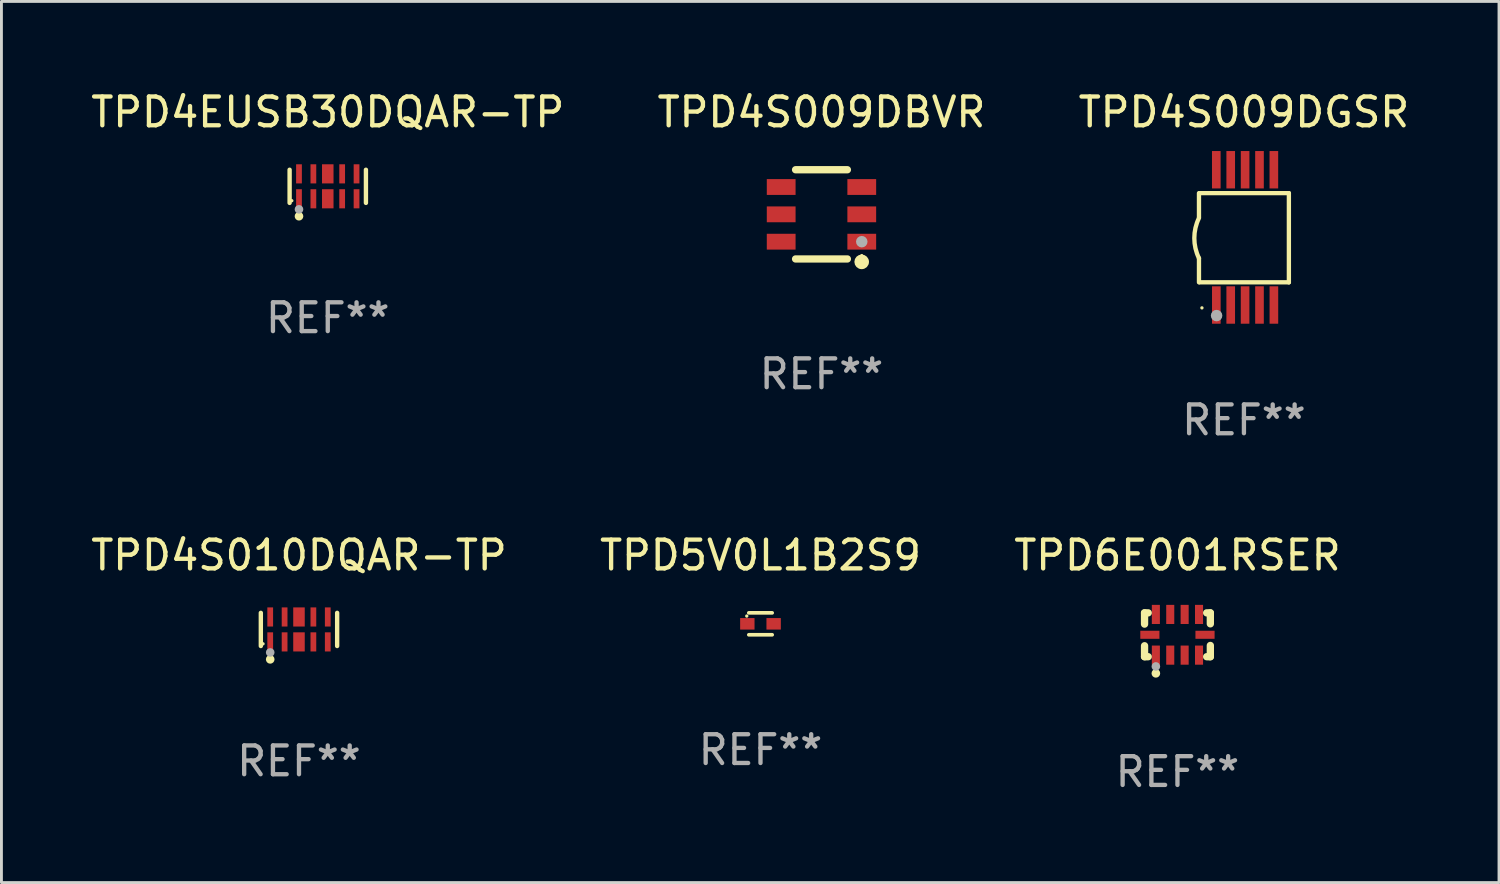
<source format=kicad_pcb>
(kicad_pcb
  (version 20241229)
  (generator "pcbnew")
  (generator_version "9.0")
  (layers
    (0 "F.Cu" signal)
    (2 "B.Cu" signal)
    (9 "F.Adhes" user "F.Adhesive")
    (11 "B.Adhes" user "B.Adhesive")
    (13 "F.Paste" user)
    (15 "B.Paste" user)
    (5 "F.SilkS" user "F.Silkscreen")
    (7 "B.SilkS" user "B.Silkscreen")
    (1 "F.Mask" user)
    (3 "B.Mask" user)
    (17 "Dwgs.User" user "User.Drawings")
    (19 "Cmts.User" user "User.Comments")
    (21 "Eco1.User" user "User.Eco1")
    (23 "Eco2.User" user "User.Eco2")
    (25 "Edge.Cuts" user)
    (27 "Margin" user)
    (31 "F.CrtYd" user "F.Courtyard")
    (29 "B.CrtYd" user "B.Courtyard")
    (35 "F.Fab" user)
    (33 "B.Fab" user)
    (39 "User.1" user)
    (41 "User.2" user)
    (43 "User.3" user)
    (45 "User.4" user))
  (footprint "TPD6E001RSER"
    (layer "F.Cu")
    (at 37.863 19.007)
    (property "Reference" "TPD6E001RSER" (at 0 -2.762 0) (layer "F.SilkS") (effects (font (size 1 1) (thickness 0.15))))
    (attr through_hole)
    (fp_line (start -1.143 -0.762) (end -1.143 -0.371) (stroke (width 0.254) (type solid)) (layer "F.SilkS"))
    (fp_line (start -1.143 -0.762) (end -1.016 -0.762) (stroke (width 0.254) (type solid)) (layer "F.SilkS"))
    (fp_line (start -1.143 0.762) (end -1.143 0.381) (stroke (width 0.254) (type solid)) (layer "F.SilkS"))
    (fp_line (start -1.143 0.762) (end -1.016 0.762) (stroke (width 0.254) (type solid)) (layer "F.SilkS"))
    (fp_line (start 1.143 -0.762) (end 1.016 -0.762) (stroke (width 0.254) (type solid)) (layer "F.SilkS"))
    (fp_line (start 1.143 -0.762) (end 1.143 -0.381) (stroke (width 0.254) (type solid)) (layer "F.SilkS"))
    (fp_line (start 1.143 0.762) (end 1.016 0.762) (stroke (width 0.254) (type solid)) (layer "F.SilkS"))
    (fp_line (start 1.143 0.762) (end 1.143 0.371) (stroke (width 0.254) (type solid)) (layer "F.SilkS"))
    (fp_circle (center -1.05 0.8) (end -1.02 0.8) (stroke (width 0.06) (type solid)) (fill no) (layer "F.SilkS"))
    (fp_circle (center -0.75 1.34) (end -0.675 1.34) (stroke (width 0.15) (type solid)) (fill no) (layer "F.SilkS"))
    (fp_circle (center -0.75 1.1) (end -0.675 1.1) (stroke (width 0.15) (type solid)) (fill no) (layer "F.Fab"))
    (fp_text user "REF**" (at 0 4.762 0) (layer "F.Fab") (effects (font (size 1 1) (thickness 0.15))))
    (pad "1" smd rect (at -0.75 0.707) (size 0.28 0.665) (layers "F.Cu" "F.Mask" "F.Paste"))
    (pad "2" smd rect (at -0.25 0.707) (size 0.28 0.665) (layers "F.Cu" "F.Mask" "F.Paste"))
    (pad "3" smd rect (at 0.25 0.707) (size 0.28 0.665) (layers "F.Cu" "F.Mask" "F.Paste"))
    (pad "4" smd rect (at 0.75 0.707) (size 0.28 0.665) (layers "F.Cu" "F.Mask" "F.Paste"))
    (pad "5" smd rect (at 0.958 -0.000013) (size 0.665 0.28) (layers "F.Cu" "F.Mask" "F.Paste"))
    (pad "6" smd rect (at 0.75 -0.707) (size 0.28 0.665) (layers "F.Cu" "F.Mask" "F.Paste"))
    (pad "7" smd rect (at 0.25 -0.707) (size 0.28 0.665) (layers "F.Cu" "F.Mask" "F.Paste"))
    (pad "8" smd rect (at -0.25 -0.707) (size 0.28 0.665) (layers "F.Cu" "F.Mask" "F.Paste"))
    (pad "9" smd rect (at -0.75 -0.707) (size 0.28 0.665) (layers "F.Cu" "F.Mask" "F.Paste"))
    (pad "10" smd rect (at -0.958 -0.000013) (size 0.665 0.28) (layers "F.Cu" "F.Mask" "F.Paste")))
  (footprint "TPD4S010DQAR-TP"
    (layer "F.Cu")
    (at 7.339 18.821)
    (property "Reference" "TPD4S010DQAR-TP" (at 0 -2.576 0) (layer "F.SilkS") (effects (font (size 1 1) (thickness 0.15))))
    (attr through_hole)
    (fp_line (start -1.326 0.576) (end -1.326 -0.576) (stroke (width 0.152) (type solid)) (layer "F.SilkS"))
    (fp_line (start 1.326 0.576) (end 1.326 -0.576) (stroke (width 0.152) (type solid)) (layer "F.SilkS"))
    (fp_circle (center -1.25 0.5) (end -1.22 0.5) (stroke (width 0.06) (type solid)) (fill no) (layer "F.SilkS"))
    (fp_circle (center -1 1.04) (end -0.925 1.04) (stroke (width 0.15) (type solid)) (fill no) (layer "F.SilkS"))
    (fp_circle (center -1 0.8) (end -0.925 0.8) (stroke (width 0.15) (type solid)) (fill no) (layer "F.Fab"))
    (fp_text user "REF**" (at 0 4.576 0) (layer "F.Fab") (effects (font (size 1 1) (thickness 0.15))))
    (pad "1" smd rect (at -1 0.433) (size 0.2 0.665) (layers "F.Cu" "F.Mask" "F.Paste"))
    (pad "2" smd rect (at -0.5 0.433) (size 0.2 0.665) (layers "F.Cu" "F.Mask" "F.Paste"))
    (pad "3" smd rect (at 0 0.433) (size 0.4 0.665) (layers "F.Cu" "F.Mask" "F.Paste"))
    (pad "4" smd rect (at 0.5 0.433) (size 0.2 0.665) (layers "F.Cu" "F.Mask" "F.Paste"))
    (pad "5" smd rect (at 1 0.433) (size 0.2 0.665) (layers "F.Cu" "F.Mask" "F.Paste"))
    (pad "6" smd rect (at 1 -0.433) (size 0.2 0.665) (layers "F.Cu" "F.Mask" "F.Paste"))
    (pad "7" smd rect (at 0.5 -0.433) (size 0.2 0.665) (layers "F.Cu" "F.Mask" "F.Paste"))
    (pad "8" smd rect (at 0 -0.433) (size 0.4 0.665) (layers "F.Cu" "F.Mask" "F.Paste"))
    (pad "9" smd rect (at -0.5 -0.433) (size 0.2 0.665) (layers "F.Cu" "F.Mask" "F.Paste"))
    (pad "10" smd rect (at -1 -0.433) (size 0.2 0.665) (layers "F.Cu" "F.Mask" "F.Paste")))
  (footprint "TPD4S009DBVR"
    (layer "F.Cu")
    (at 25.494 4.398)
    (property "Reference" "TPD4S009DBVR" (at 0 -3.55 0) (layer "F.SilkS") (effects (font (size 1 1) (thickness 0.15))))
    (attr through_hole)
    (fp_line (start -0.9 -1.55) (end 0.9 -1.55) (stroke (width 0.254) (type solid)) (layer "F.SilkS"))
    (fp_line (start -0.9 1.55) (end 0.9 1.55) (stroke (width 0.254) (type solid)) (layer "F.SilkS"))
    (fp_circle (center 1.397 1.651) (end 1.524 1.651) (stroke (width 0.254) (type solid)) (fill no) (layer "F.SilkS"))
    (fp_circle (center 1.4 1.435) (end 1.43 1.435) (stroke (width 0.06) (type solid)) (fill no) (layer "F.SilkS"))
    (fp_circle (center 1.4 0.95) (end 1.5 0.95) (stroke (width 0.2) (type solid)) (fill no) (layer "F.Fab"))
    (fp_text user "REF**" (at 0 5.55 0) (layer "F.Fab") (effects (font (size 1 1) (thickness 0.15))))
    (pad "1" smd rect (at 1.4 0.95) (size 1 0.55) (layers "F.Cu" "F.Mask" "F.Paste"))
    (pad "2" smd rect (at 1.4 -0.000102) (size 1 0.55) (layers "F.Cu" "F.Mask" "F.Paste"))
    (pad "3" smd rect (at 1.4 -0.95) (size 1 0.55) (layers "F.Cu" "F.Mask" "F.Paste"))
    (pad "4" smd rect (at -1.4 -0.95) (size 1 0.55) (layers "F.Cu" "F.Mask" "F.Paste"))
    (pad "5" smd rect (at -1.4 -0.000102) (size 1 0.55) (layers "F.Cu" "F.Mask" "F.Paste"))
    (pad "6" smd rect (at -1.4 0.95) (size 1 0.55) (layers "F.Cu" "F.Mask" "F.Paste")))
  (footprint "TPD4EUSB30DQAR-TP"
    (layer "F.Cu")
    (at 8.339 3.424)
    (property "Reference" "TPD4EUSB30DQAR-TP" (at 0 -2.576 0) (layer "F.SilkS") (effects (font (size 1 1) (thickness 0.15))))
    (attr through_hole)
    (fp_line (start -1.326 0.576) (end -1.326 -0.576) (stroke (width 0.152) (type solid)) (layer "F.SilkS"))
    (fp_line (start 1.326 0.576) (end 1.326 -0.576) (stroke (width 0.152) (type solid)) (layer "F.SilkS"))
    (fp_circle (center -1.25 0.5) (end -1.22 0.5) (stroke (width 0.06) (type solid)) (fill no) (layer "F.SilkS"))
    (fp_circle (center -1 1.04) (end -0.925 1.04) (stroke (width 0.15) (type solid)) (fill no) (layer "F.SilkS"))
    (fp_circle (center -1 0.8) (end -0.925 0.8) (stroke (width 0.15) (type solid)) (fill no) (layer "F.Fab"))
    (fp_text user "REF**" (at 0 4.576 0) (layer "F.Fab") (effects (font (size 1 1) (thickness 0.15))))
    (pad "1" smd rect (at -1 0.433) (size 0.2 0.665) (layers "F.Cu" "F.Mask" "F.Paste"))
    (pad "2" smd rect (at -0.5 0.433) (size 0.2 0.665) (layers "F.Cu" "F.Mask" "F.Paste"))
    (pad "3" smd rect (at 0 0.433) (size 0.4 0.665) (layers "F.Cu" "F.Mask" "F.Paste"))
    (pad "4" smd rect (at 0.5 0.433) (size 0.2 0.665) (layers "F.Cu" "F.Mask" "F.Paste"))
    (pad "5" smd rect (at 1 0.433) (size 0.2 0.665) (layers "F.Cu" "F.Mask" "F.Paste"))
    (pad "6" smd rect (at 1 -0.433) (size 0.2 0.665) (layers "F.Cu" "F.Mask" "F.Paste"))
    (pad "7" smd rect (at 0.5 -0.433) (size 0.2 0.665) (layers "F.Cu" "F.Mask" "F.Paste"))
    (pad "8" smd rect (at 0 -0.433) (size 0.4 0.665) (layers "F.Cu" "F.Mask" "F.Paste"))
    (pad "9" smd rect (at -0.5 -0.433) (size 0.2 0.665) (layers "F.Cu" "F.Mask" "F.Paste"))
    (pad "10" smd rect (at -1 -0.433) (size 0.2 0.665) (layers "F.Cu" "F.Mask" "F.Paste")))
  (footprint "TPD4S009DGSR"
    (layer "F.Cu")
    (at 40.173 5.198)
    (property "Reference" "TPD4S009DGSR" (at 0 -4.35 0) (layer "F.SilkS") (effects (font (size 1 1) (thickness 0.15))))
    (attr through_hole)
    (fp_line (start -1.562 -1.537) (end -1.562 -0.698) (stroke (width 0.15) (type solid)) (layer "F.SilkS"))
    (fp_line (start -1.562 0.724) (end -1.562 1.562) (stroke (width 0.15) (type solid)) (layer "F.SilkS"))
    (fp_line (start -1.538 -1.537) (end 1.562 -1.537) (stroke (width 0.15) (type solid)) (layer "F.SilkS"))
    (fp_line (start -1.538 1.562) (end 1.562 1.562) (stroke (width 0.15) (type solid)) (layer "F.SilkS"))
    (fp_line (start 1.562 1.564) (end 1.562 -1.537) (stroke (width 0.15) (type solid)) (layer "F.SilkS"))
    (fp_arc (start -1.562103 0.724079) (mid -1.723579 0.025578) (end -1.562103 -0.672924) (stroke (width 0.150013) (type solid)) (layer "F.SilkS"))
    (fp_circle (center -1.459 2.45) (end -1.429 2.45) (stroke (width 0.06) (type solid)) (fill no) (layer "F.SilkS"))
    (fp_circle (center -0.95 2.718) (end -0.85 2.718) (stroke (width 0.2) (type solid)) (fill no) (layer "F.Fab"))
    (fp_text user "REF**" (at 0 6.35 0) (layer "F.Fab") (effects (font (size 1 1) (thickness 0.15))))
    (pad "1" smd rect (at -0.959 2.35) (size 0.3 1.3) (layers "F.Cu" "F.Mask" "F.Paste"))
    (pad "2" smd rect (at -0.459 2.35) (size 0.3 1.3) (layers "F.Cu" "F.Mask" "F.Paste"))
    (pad "3" smd rect (at 0.04 2.35) (size 0.3 1.3) (layers "F.Cu" "F.Mask" "F.Paste"))
    (pad "4" smd rect (at 0.541 2.35) (size 0.3 1.3) (layers "F.Cu" "F.Mask" "F.Paste"))
    (pad "5" smd rect (at 1.041 2.35) (size 0.3 1.3) (layers "F.Cu" "F.Mask" "F.Paste"))
    (pad "6" smd rect (at 1.04 -2.35) (size 0.3 1.3) (layers "F.Cu" "F.Mask" "F.Paste"))
    (pad "7" smd rect (at 0.541 -2.35) (size 0.3 1.3) (layers "F.Cu" "F.Mask" "F.Paste"))
    (pad "8" smd rect (at 0.041 -2.35) (size 0.3 1.3) (layers "F.Cu" "F.Mask" "F.Paste"))
    (pad "9" smd rect (at -0.459 -2.35) (size 0.3 1.3) (layers "F.Cu" "F.Mask" "F.Paste"))
    (pad "10" smd rect (at -0.96 -2.35) (size 0.3 1.3) (layers "F.Cu" "F.Mask" "F.Paste")))
  (footprint "TPD5V0L1B2S9"
    (layer "F.Cu")
    (at 23.375 18.626)
    (property "Reference" "TPD5V0L1B2S9" (at 0 -2.381 0) (layer "F.SilkS") (effects (font (size 1 1) (thickness 0.15))))
    (attr through_hole)
    (fp_line (start -0.406 -0.381) (end 0.406 -0.381) (stroke (width 0.127) (type solid)) (layer "F.SilkS"))
    (fp_line (start 0.406 0.381) (end -0.406 0.381) (stroke (width 0.127) (type solid)) (layer "F.SilkS"))
    (fp_circle (center -0.477 -0.27) (end -0.447 -0.27) (stroke (width 0.06) (type solid)) (fill no) (layer "F.SilkS"))
    (fp_text user "REF**" (at 0 4.381 0) (layer "F.Fab") (effects (font (size 1 1) (thickness 0.15))))
    (pad "1" smd rect (at -0.457 0 90) (size 0.4 0.5) (layers "F.Cu" "F.Mask" "F.Paste"))
    (pad "2" smd rect (at 0.457 0 90) (size 0.4 0.5) (layers "F.Cu" "F.Mask" "F.Paste")))
  (gr_rect
    (start -3 -3)
    (end 49.036 27.617)
    (stroke (width 0.1) (type default))
    (fill no)
    (layer "Edge.Cuts")))
</source>
